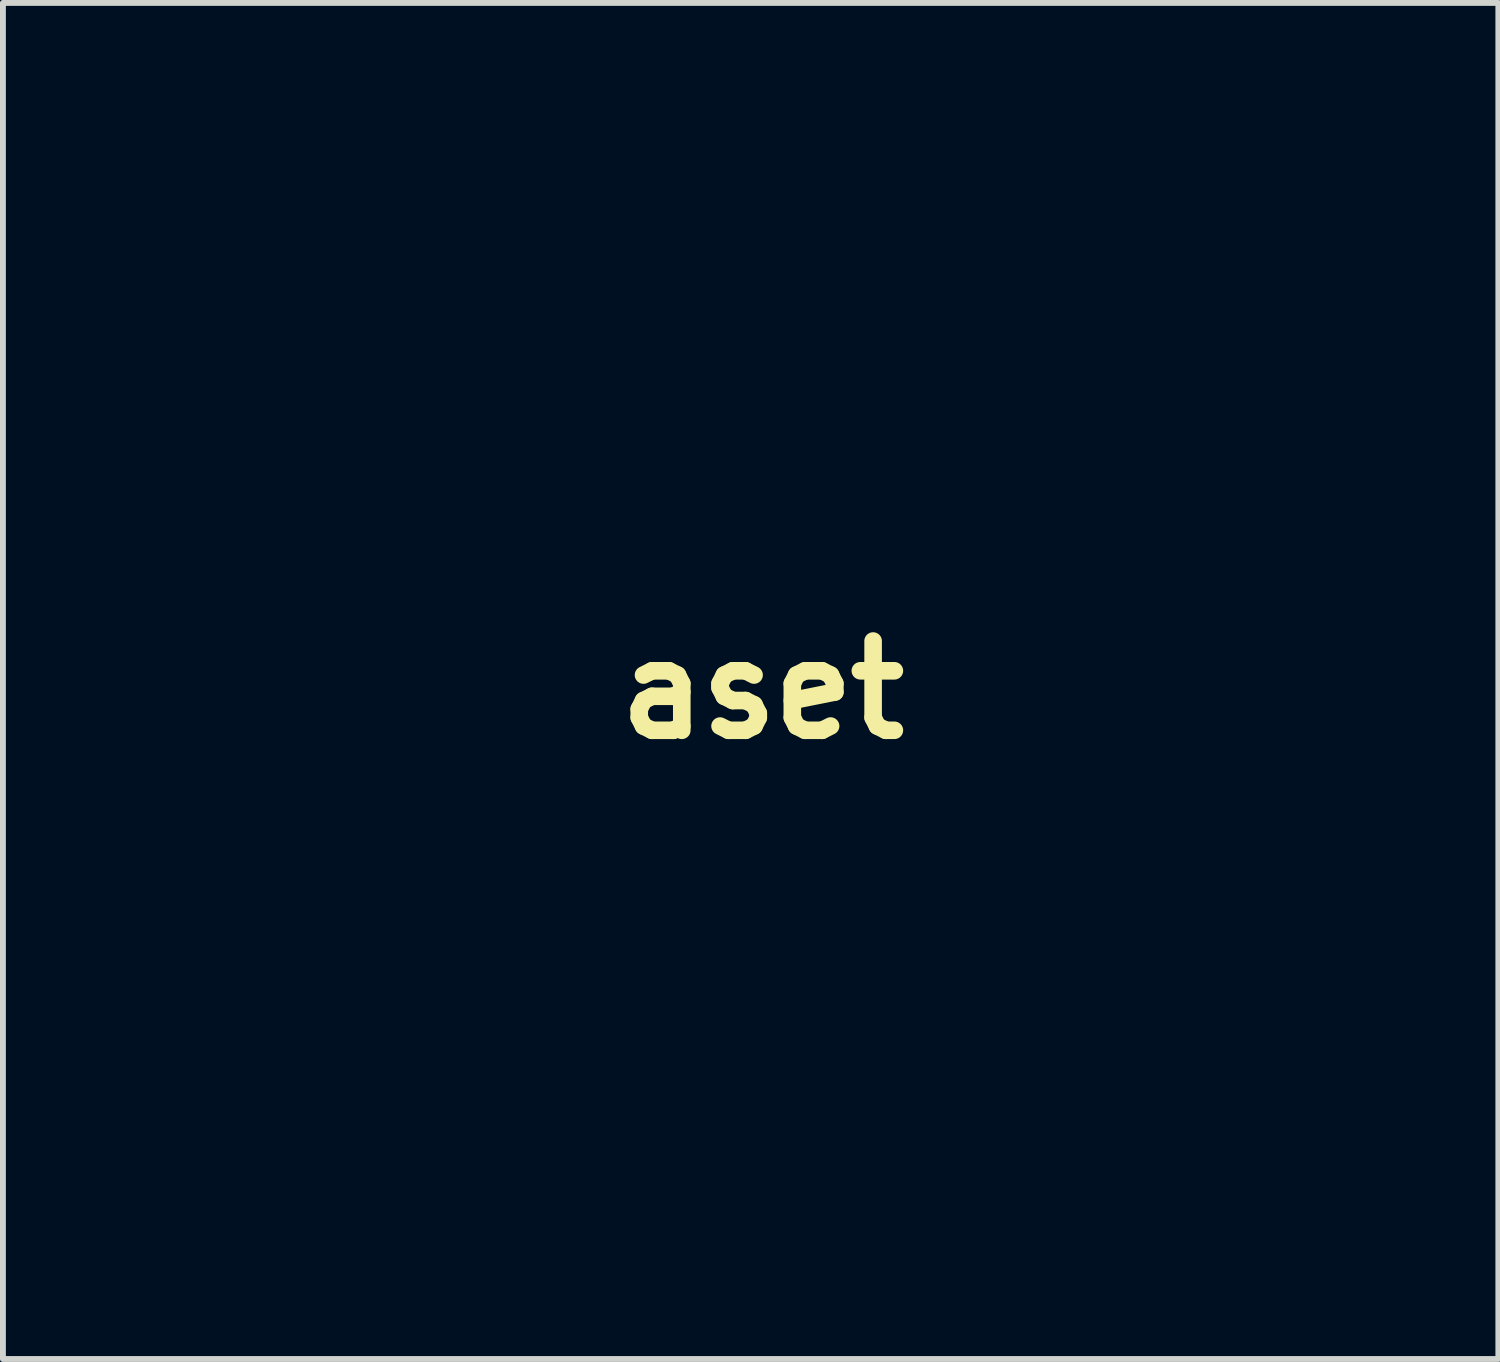
<source format=kicad_pcb>
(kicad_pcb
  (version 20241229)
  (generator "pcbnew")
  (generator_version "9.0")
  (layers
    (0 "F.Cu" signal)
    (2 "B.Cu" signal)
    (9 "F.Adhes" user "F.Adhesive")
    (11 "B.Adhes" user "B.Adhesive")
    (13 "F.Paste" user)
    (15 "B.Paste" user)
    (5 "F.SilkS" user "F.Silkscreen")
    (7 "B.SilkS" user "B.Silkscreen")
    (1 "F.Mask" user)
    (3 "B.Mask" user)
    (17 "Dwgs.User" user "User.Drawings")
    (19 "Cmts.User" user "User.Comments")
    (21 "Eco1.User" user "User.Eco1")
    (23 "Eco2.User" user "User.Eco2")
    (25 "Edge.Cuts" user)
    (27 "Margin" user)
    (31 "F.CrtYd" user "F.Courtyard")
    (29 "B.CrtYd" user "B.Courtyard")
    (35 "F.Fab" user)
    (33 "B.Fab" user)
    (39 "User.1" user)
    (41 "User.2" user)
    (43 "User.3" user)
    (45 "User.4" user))
  (footprint "aset"
    (layer "F.Cu")
    (at 9.966 8.726)
    (property "Reference" "aset" (at 0 0 0) (layer "F.SilkS") (effects (font (size 1.524 1.524) (thickness 0.3))))
    (attr through_hole)
    (fp_poly (pts (xy -3.628 -5.093) (xy -3.589 -5.059) (xy -3.548 -5.004) (xy -3.509 -4.931) (xy -3.479 -4.864) (xy -3.446 -4.771) (xy -3.412 -4.657) (xy -3.376 -4.525) (xy -3.341 -4.38) (xy -3.307 -4.224) (xy -3.275 -4.062) (xy -3.25 -3.918) (xy -3.239 -3.859) (xy -3.226 -3.79) (xy -3.214 -3.728) (xy -3.194 -3.628) (xy -3.067 -3.605) (xy -3.006 -3.594) (xy -2.947 -3.583) (xy -2.9 -3.573) (xy -2.883 -3.57) (xy -2.832 -3.56) (xy -2.777 -3.551) (xy -2.766 -3.55) (xy -2.707 -3.542) (xy -2.638 -3.66) (xy -2.599 -3.728) (xy -2.556 -3.802) (xy -2.511 -3.88) (xy -2.467 -3.956) (xy -2.427 -4.025) (xy -2.393 -4.082) (xy -2.369 -4.124) (xy -2.365 -4.13) (xy -2.326 -4.194) (xy -2.276 -4.268) (xy -2.22 -4.347) (xy -2.162 -4.427) (xy -2.104 -4.503) (xy -2.051 -4.568) (xy -2.006 -4.62) (xy -1.993 -4.633) (xy -1.925 -4.693) (xy -1.86 -4.732) (xy -1.801 -4.75) (xy -1.749 -4.747) (xy -1.707 -4.722) (xy -1.699 -4.714) (xy -1.679 -4.686) (xy -1.661 -4.652) (xy -1.645 -4.611) (xy -1.632 -4.56) (xy -1.62 -4.498) (xy -1.609 -4.424) (xy -1.6 -4.337) (xy -1.593 -4.233) (xy -1.586 -4.112) (xy -1.581 -3.973) (xy -1.576 -3.813) (xy -1.573 -3.631) (xy -1.569 -3.425) (xy -1.569 -3.401) (xy -1.567 -3.263) (xy -1.564 -3.148) (xy -1.562 -3.052) (xy -1.558 -2.975) (xy -1.553 -2.912) (xy -1.547 -2.861) (xy -1.538 -2.82) (xy -1.528 -2.786) (xy -1.515 -2.757) (xy -1.499 -2.729) (xy -1.485 -2.707) (xy -1.443 -2.636) (xy -1.399 -2.551) (xy -1.359 -2.462) (xy -1.328 -2.381) (xy -1.32 -2.355) (xy -1.31 -2.318) (xy -1.303 -2.277) (xy -1.297 -2.229) (xy -1.293 -2.167) (xy -1.289 -2.088) (xy -1.287 -2.005) (xy -1.284 -1.925) (xy -1.281 -1.853) (xy -1.277 -1.794) (xy -1.273 -1.75) (xy -1.27 -1.728) (xy -1.269 -1.726) (xy -1.261 -1.718) (xy -1.246 -1.717) (xy -1.222 -1.723) (xy -1.185 -1.736) (xy -1.133 -1.759) (xy -1.063 -1.791) (xy -1.031 -1.806) (xy -0.968 -1.836) (xy -0.904 -1.865) (xy -0.849 -1.891) (xy -0.819 -1.905) (xy -0.772 -1.927) (xy -0.713 -1.955) (xy -0.651 -1.984) (xy -0.629 -1.994) (xy -0.569 -2.022) (xy -0.507 -2.051) (xy -0.454 -2.075) (xy -0.438 -2.083) (xy -0.391 -2.105) (xy -0.332 -2.132) (xy -0.27 -2.161) (xy -0.248 -2.172) (xy -0.154 -2.216) (xy -0.066 -2.256) (xy 0.011 -2.292) (xy 0.076 -2.321) (xy 0.127 -2.344) (xy 0.159 -2.358) (xy 0.171 -2.362) (xy 0.184 -2.367) (xy 0.214 -2.38) (xy 0.256 -2.399) (xy 0.272 -2.407) (xy 0.317 -2.427) (xy 0.352 -2.442) (xy 0.372 -2.451) (xy 0.374 -2.451) (xy 0.388 -2.456) (xy 0.418 -2.469) (xy 0.454 -2.484) (xy 0.49 -2.501) (xy 0.52 -2.514) (xy 0.548 -2.526) (xy 0.58 -2.539) (xy 0.62 -2.554) (xy 0.673 -2.575) (xy 0.745 -2.603) (xy 0.749 -2.605) (xy 0.843 -2.64) (xy 0.916 -2.668) (xy 0.974 -2.689) (xy 1.019 -2.703) (xy 1.055 -2.713) (xy 1.087 -2.719) (xy 1.118 -2.721) (xy 1.152 -2.722) (xy 1.175 -2.722) (xy 1.261 -2.716) (xy 1.34 -2.699) (xy 1.421 -2.667) (xy 1.458 -2.649) (xy 1.562 -2.586) (xy 1.672 -2.498) (xy 1.786 -2.389) (xy 1.903 -2.258) (xy 2.023 -2.108) (xy 2.143 -1.939) (xy 2.263 -1.753) (xy 2.352 -1.603) (xy 2.38 -1.552) (xy 2.417 -1.484) (xy 2.459 -1.404) (xy 2.506 -1.314) (xy 2.554 -1.22) (xy 2.603 -1.125) (xy 2.648 -1.034) (xy 2.689 -0.952) (xy 2.723 -0.882) (xy 2.749 -0.828) (xy 2.755 -0.813) (xy 2.785 -0.747) (xy 2.823 -0.66) (xy 2.873 -0.551) (xy 2.897 -0.498) (xy 2.914 -0.458) (xy 2.936 -0.406) (xy 2.958 -0.351) (xy 2.96 -0.345) (xy 2.986 -0.279) (xy 3.006 -0.229) (xy 3.024 -0.187) (xy 3.034 -0.165) (xy 3.048 -0.13) (xy 3.062 -0.089) (xy 3.074 -0.048) (xy 3.083 -0.014) (xy 3.085 0.005) (xy 3.084 0.006) (xy 3.071 0.003) (xy 3.039 -0.009) (xy 2.991 -0.03) (xy 2.93 -0.057) (xy 2.862 -0.09) (xy 2.85 -0.095) (xy 2.778 -0.13) (xy 2.714 -0.16) (xy 2.659 -0.186) (xy 2.62 -0.205) (xy 2.598 -0.214) (xy 2.597 -0.215) (xy 2.565 -0.228) (xy 2.54 -0.239) (xy 2.455 -0.272) (xy 2.355 -0.307) (xy 2.25 -0.341) (xy 2.149 -0.37) (xy 2.115 -0.379) (xy 2.026 -0.4) (xy 1.953 -0.415) (xy 1.891 -0.425) (xy 1.829 -0.431) (xy 1.762 -0.433) (xy 1.725 -0.433) (xy 1.65 -0.432) (xy 1.592 -0.427) (xy 1.542 -0.418) (xy 1.499 -0.406) (xy 1.367 -0.354) (xy 1.252 -0.292) (xy 1.148 -0.213) (xy 1.076 -0.145) (xy 0.989 -0.042) (xy 0.926 0.07) (xy 0.887 0.183) (xy 0.87 0.239) (xy 0.853 0.272) (xy 0.836 0.284) (xy 0.816 0.277) (xy 0.813 0.274) (xy 0.796 0.26) (xy 0.764 0.233) (xy 0.723 0.197) (xy 0.686 0.165) (xy 0.565 0.068) (xy 0.45 -0.011) (xy 0.334 -0.075) (xy 0.212 -0.127) (xy 0.077 -0.17) (xy 0.044 -0.179) (xy -0.005 -0.188) (xy -0.07 -0.193) (xy -0.145 -0.196) (xy -0.22 -0.195) (xy -0.29 -0.192) (xy -0.346 -0.185) (xy -0.368 -0.179) (xy -0.494 -0.128) (xy -0.616 -0.054) (xy -0.736 0.046) (xy -0.796 0.107) (xy -0.883 0.206) (xy -0.959 0.31) (xy -1.026 0.425) (xy -1.091 0.556) (xy -1.113 0.606) (xy -1.128 0.634) (xy -1.14 0.647) (xy -1.142 0.648) (xy -1.155 0.638) (xy -1.174 0.613) (xy -1.182 0.6) (xy -1.206 0.559) (xy -1.233 0.511) (xy -1.242 0.495) (xy -1.275 0.44) (xy -1.32 0.372) (xy -1.37 0.299) (xy -1.421 0.228) (xy -1.467 0.167) (xy -1.482 0.149) (xy -1.536 0.091) (xy -1.601 0.03) (xy -1.673 -0.03) (xy -1.743 -0.082) (xy -1.806 -0.122) (xy -1.824 -0.132) (xy -1.933 -0.181) (xy -2.029 -0.213) (xy -2.118 -0.227) (xy -2.204 -0.225) (xy -2.294 -0.205) (xy -2.393 -0.169) (xy -2.439 -0.149) (xy -2.491 -0.126) (xy -2.546 -0.101) (xy -2.572 -0.089) (xy -2.618 -0.068) (xy -2.674 -0.043) (xy -2.718 -0.023) (xy -2.763 -0.003) (xy -2.802 0.015) (xy -2.826 0.025) (xy -2.916 0.055) (xy -3.024 0.077) (xy -3.144 0.09) (xy -3.27 0.095) (xy -3.397 0.091) (xy -3.519 0.079) (xy -3.63 0.058) (xy -3.723 0.028) (xy -3.727 0.026) (xy -3.8 -0.006) (xy -3.881 -0.046) (xy -3.962 -0.089) (xy -4.033 -0.13) (xy -4.07 -0.153) (xy -4.125 -0.192) (xy -4.179 -0.235) (xy -4.235 -0.287) (xy -4.295 -0.35) (xy -4.364 -0.427) (xy -4.444 -0.521) (xy -4.49 -0.576) (xy -4.533 -0.626) (xy -4.568 -0.666) (xy -4.592 -0.694) (xy -4.601 -0.702) (xy -4.613 -0.71) (xy -4.632 -0.716) (xy -4.66 -0.72) (xy -4.702 -0.722) (xy -4.762 -0.723) (xy -4.824 -0.723) (xy -4.934 -0.721) (xy -5.049 -0.716) (xy -5.163 -0.708) (xy -5.272 -0.698) (xy -5.371 -0.686) (xy -5.454 -0.673) (xy -5.512 -0.66) (xy -5.614 -0.632) (xy -5.702 -0.604) (xy -5.784 -0.574) (xy -5.869 -0.538) (xy -5.966 -0.494) (xy -5.977 -0.489) (xy -6.031 -0.464) (xy -6.08 -0.443) (xy -6.118 -0.428) (xy -6.134 -0.424) (xy -6.15 -0.421) (xy -6.161 -0.425) (xy -6.17 -0.44) (xy -6.178 -0.47) (xy -6.188 -0.52) (xy -6.19 -0.529) (xy -6.216 -0.66) (xy -6.24 -0.769) (xy -6.261 -0.86) (xy -6.281 -0.935) (xy -6.301 -0.998) (xy -6.322 -1.052) (xy -6.346 -1.1) (xy -6.372 -1.146) (xy -6.403 -1.193) (xy -6.408 -1.2) (xy -6.45 -1.256) (xy -6.503 -1.317) (xy -6.561 -1.378) (xy -6.62 -1.435) (xy -6.675 -1.484) (xy -6.722 -1.52) (xy -6.744 -1.533) (xy -6.796 -1.557) (xy -6.844 -1.575) (xy -6.895 -1.587) (xy -6.952 -1.594) (xy -7.02 -1.598) (xy -7.105 -1.598) (xy -7.193 -1.596) (xy -7.315 -1.591) (xy -7.417 -1.582) (xy -7.507 -1.569) (xy -7.591 -1.55) (xy -7.676 -1.523) (xy -7.768 -1.488) (xy -7.808 -1.471) (xy -7.861 -1.452) (xy -7.897 -1.448) (xy -7.919 -1.46) (xy -7.93 -1.487) (xy -7.934 -1.523) (xy -7.937 -1.57) (xy -7.938 -1.603) (xy -7.948 -1.71) (xy -7.977 -1.824) (xy -8.024 -1.94) (xy -8.085 -2.05) (xy -8.134 -2.119) (xy -8.238 -2.236) (xy -8.354 -2.331) (xy -8.481 -2.402) (xy -8.621 -2.453) (xy -8.725 -2.475) (xy -8.953 -2.502) (xy -9.199 -2.513) (xy -9.462 -2.508) (xy -9.739 -2.488) (xy -9.911 -2.467) (xy -9.961 -2.461) (xy -9.913 -2.529) (xy -9.872 -2.58) (xy -9.814 -2.647) (xy -9.741 -2.727) (xy -9.654 -2.818) (xy -9.555 -2.918) (xy -9.447 -3.026) (xy -9.329 -3.141) (xy -9.206 -3.259) (xy -9.078 -3.38) (xy -8.946 -3.501) (xy -8.814 -3.621) (xy -8.814 -3.621) (xy -8.599 -3.805) (xy -8.389 -3.965) (xy -8.182 -4.103) (xy -7.977 -4.219) (xy -7.908 -4.254) (xy -7.778 -4.314) (xy -7.664 -4.359) (xy -7.562 -4.391) (xy -7.469 -4.411) (xy -7.381 -4.419) (xy -7.36 -4.419) (xy -7.306 -4.418) (xy -7.263 -4.41) (xy -7.22 -4.393) (xy -7.191 -4.379) (xy -7.143 -4.351) (xy -7.089 -4.314) (xy -7.026 -4.267) (xy -6.954 -4.207) (xy -6.869 -4.134) (xy -6.772 -4.046) (xy -6.66 -3.943) (xy -6.567 -3.855) (xy -6.523 -3.813) (xy -6.485 -3.778) (xy -6.457 -3.752) (xy -6.444 -3.74) (xy -6.433 -3.729) (xy -6.405 -3.702) (xy -6.362 -3.66) (xy -6.307 -3.606) (xy -6.241 -3.541) (xy -6.166 -3.467) (xy -6.083 -3.385) (xy -5.995 -3.298) (xy -5.98 -3.283) (xy -5.832 -3.137) (xy -5.7 -3.007) (xy -5.585 -2.894) (xy -5.484 -2.797) (xy -5.397 -2.714) (xy -5.324 -2.645) (xy -5.262 -2.588) (xy -5.212 -2.543) (xy -5.171 -2.509) (xy -5.14 -2.485) (xy -5.117 -2.471) (xy -5.102 -2.464) (xy -5.098 -2.464) (xy -5.085 -2.475) (xy -5.074 -2.502) (xy -5.074 -2.505) (xy -5.039 -2.623) (xy -4.984 -2.749) (xy -4.909 -2.878) (xy -4.818 -3.009) (xy -4.712 -3.137) (xy -4.677 -3.175) (xy -4.632 -3.223) (xy -4.592 -3.267) (xy -4.561 -3.303) (xy -4.543 -3.326) (xy -4.543 -3.326) (xy -4.507 -3.385) (xy -4.47 -3.46) (xy -4.43 -3.555) (xy -4.387 -3.67) (xy -4.348 -3.785) (xy -4.335 -3.823) (xy -4.316 -3.875) (xy -4.295 -3.934) (xy -4.286 -3.956) (xy -4.263 -4.021) (xy -4.237 -4.091) (xy -4.215 -4.153) (xy -4.21 -4.166) (xy -4.19 -4.222) (xy -4.175 -4.263) (xy -4.161 -4.298) (xy -4.146 -4.333) (xy -4.135 -4.358) (xy -4.122 -4.389) (xy -4.115 -4.409) (xy -4.115 -4.412) (xy -4.11 -4.426) (xy -4.097 -4.457) (xy -4.079 -4.498) (xy -4.077 -4.502) (xy -4.058 -4.544) (xy -4.044 -4.576) (xy -4.039 -4.593) (xy -4.039 -4.593) (xy -4.033 -4.613) (xy -4.016 -4.65) (xy -3.991 -4.699) (xy -3.961 -4.757) (xy -3.927 -4.819) (xy -3.893 -4.88) (xy -3.86 -4.936) (xy -3.832 -4.982) (xy -3.81 -5.014) (xy -3.807 -5.018) (xy -3.779 -5.045) (xy -3.741 -5.072) (xy -3.701 -5.094) (xy -3.67 -5.105) (xy -3.664 -5.105) (xy -3.628 -5.093)) (stroke (width 0.01) (type solid)) (fill yes) (layer "F.Mask"))
    (fp_poly (pts (xy 2.429 -8.721) (xy 2.448 -8.719) (xy 2.495 -8.712) (xy 2.556 -8.701) (xy 2.619 -8.688) (xy 2.635 -8.684) (xy 2.692 -8.671) (xy 2.745 -8.66) (xy 2.784 -8.651) (xy 2.794 -8.648) (xy 2.888 -8.626) (xy 2.999 -8.598) (xy 3.121 -8.566) (xy 3.247 -8.531) (xy 3.258 -8.528) (xy 3.314 -8.512) (xy 3.366 -8.498) (xy 3.406 -8.487) (xy 3.416 -8.484) (xy 3.541 -8.448) (xy 3.683 -8.402) (xy 3.836 -8.35) (xy 3.994 -8.294) (xy 4.151 -8.234) (xy 4.301 -8.175) (xy 4.438 -8.117) (xy 4.54 -8.071) (xy 4.937 -7.875) (xy 5.314 -7.665) (xy 5.676 -7.438) (xy 6.024 -7.194) (xy 6.362 -6.93) (xy 6.691 -6.644) (xy 7.015 -6.335) (xy 7.017 -6.334) (xy 7.086 -6.264) (xy 7.152 -6.197) (xy 7.212 -6.136) (xy 7.263 -6.083) (xy 7.302 -6.042) (xy 7.326 -6.015) (xy 7.326 -6.015) (xy 7.364 -5.971) (xy 7.404 -5.926) (xy 7.429 -5.899) (xy 7.479 -5.842) (xy 7.541 -5.769) (xy 7.611 -5.684) (xy 7.685 -5.593) (xy 7.759 -5.498) (xy 7.83 -5.406) (xy 7.861 -5.366) (xy 8.123 -4.998) (xy 8.365 -4.617) (xy 8.587 -4.221) (xy 8.688 -4.026) (xy 8.727 -3.946) (xy 8.764 -3.871) (xy 8.796 -3.803) (xy 8.822 -3.747) (xy 8.841 -3.705) (xy 8.851 -3.681) (xy 8.852 -3.677) (xy 8.857 -3.663) (xy 8.869 -3.633) (xy 8.885 -3.598) (xy 8.908 -3.546) (xy 8.925 -3.508) (xy 8.94 -3.473) (xy 8.956 -3.434) (xy 8.976 -3.381) (xy 8.98 -3.372) (xy 9 -3.319) (xy 9.025 -3.254) (xy 9.051 -3.181) (xy 9.078 -3.106) (xy 9.104 -3.033) (xy 9.127 -2.968) (xy 9.145 -2.915) (xy 9.155 -2.881) (xy 9.157 -2.877) (xy 9.165 -2.847) (xy 9.179 -2.801) (xy 9.196 -2.748) (xy 9.201 -2.731) (xy 9.226 -2.652) (xy 9.244 -2.59) (xy 9.259 -2.536) (xy 9.271 -2.489) (xy 9.281 -2.451) (xy 9.294 -2.402) (xy 9.302 -2.375) (xy 9.317 -2.321) (xy 9.331 -2.265) (xy 9.336 -2.242) (xy 9.346 -2.194) (xy 9.356 -2.148) (xy 9.36 -2.134) (xy 9.384 -2.023) (xy 9.405 -1.919) (xy 9.423 -1.827) (xy 9.436 -1.754) (xy 9.436 -1.753) (xy 9.445 -1.695) (xy 9.455 -1.637) (xy 9.463 -1.594) (xy 9.484 -1.458) (xy 9.502 -1.3) (xy 9.518 -1.124) (xy 9.532 -0.932) (xy 9.542 -0.728) (xy 9.549 -0.515) (xy 9.553 -0.297) (xy 9.553 -0.184) (xy 9.55 0.141) (xy 9.538 0.446) (xy 9.517 0.732) (xy 9.488 1.005) (xy 9.455 1.238) (xy 9.445 1.302) (xy 9.435 1.365) (xy 9.427 1.417) (xy 9.424 1.435) (xy 9.416 1.475) (xy 9.405 1.533) (xy 9.392 1.599) (xy 9.378 1.664) (xy 9.364 1.728) (xy 9.352 1.788) (xy 9.341 1.836) (xy 9.335 1.866) (xy 9.335 1.867) (xy 9.303 2.004) (xy 9.261 2.159) (xy 9.211 2.327) (xy 9.154 2.504) (xy 9.091 2.685) (xy 9.026 2.866) (xy 8.958 3.042) (xy 8.89 3.207) (xy 8.843 3.314) (xy 8.818 3.369) (xy 8.785 3.438) (xy 8.747 3.516) (xy 8.706 3.599) (xy 8.665 3.682) (xy 8.626 3.761) (xy 8.59 3.831) (xy 8.561 3.887) (xy 8.54 3.924) (xy 8.54 3.924) (xy 8.511 3.975) (xy 8.482 4.026) (xy 8.461 4.064) (xy 8.325 4.294) (xy 8.171 4.532) (xy 8.003 4.774) (xy 7.824 5.015) (xy 7.638 5.25) (xy 7.448 5.474) (xy 7.386 5.544) (xy 7.332 5.602) (xy 7.264 5.673) (xy 7.186 5.754) (xy 7.101 5.84) (xy 7.015 5.928) (xy 6.93 6.012) (xy 6.851 6.089) (xy 6.782 6.155) (xy 6.738 6.197) (xy 6.618 6.304) (xy 6.481 6.42) (xy 6.333 6.54) (xy 6.18 6.661) (xy 6.027 6.778) (xy 5.879 6.886) (xy 5.835 6.918) (xy 5.792 6.947) (xy 5.738 6.984) (xy 5.676 7.025) (xy 5.608 7.069) (xy 5.539 7.114) (xy 5.471 7.158) (xy 5.408 7.198) (xy 5.354 7.232) (xy 5.312 7.257) (xy 5.285 7.273) (xy 5.276 7.277) (xy 5.263 7.283) (xy 5.236 7.299) (xy 5.218 7.31) (xy 5.142 7.355) (xy 5.048 7.409) (xy 4.941 7.467) (xy 4.824 7.527) (xy 4.718 7.581) (xy 4.646 7.616) (xy 4.574 7.651) (xy 4.505 7.684) (xy 4.443 7.713) (xy 4.392 7.736) (xy 4.355 7.752) (xy 4.337 7.76) (xy 4.336 7.76) (xy 4.322 7.765) (xy 4.293 7.777) (xy 4.277 7.784) (xy 4.181 7.826) (xy 4.066 7.871) (xy 3.937 7.92) (xy 3.8 7.969) (xy 3.661 8.017) (xy 3.524 8.062) (xy 3.394 8.102) (xy 3.302 8.128) (xy 3.089 8.185) (xy 2.894 8.233) (xy 2.712 8.273) (xy 2.536 8.307) (xy 2.363 8.335) (xy 2.356 8.336) (xy 2.311 8.343) (xy 2.267 8.349) (xy 2.219 8.355) (xy 2.165 8.361) (xy 2.1 8.369) (xy 2.02 8.377) (xy 1.921 8.387) (xy 1.841 8.396) (xy 1.805 8.398) (xy 1.745 8.401) (xy 1.667 8.403) (xy 1.572 8.405) (xy 1.464 8.407) (xy 1.347 8.409) (xy 1.222 8.411) (xy 1.093 8.413) (xy 0.963 8.414) (xy 0.835 8.415) (xy 0.712 8.415) (xy 0.598 8.415) (xy 0.495 8.415) (xy 0.407 8.414) (xy 0.336 8.413) (xy 0.311 8.413) (xy 0.185 8.407) (xy 0.042 8.397) (xy -0.111 8.383) (xy -0.267 8.367) (xy -0.42 8.349) (xy -0.562 8.329) (xy -0.686 8.309) (xy -0.705 8.306) (xy -0.789 8.29) (xy -0.883 8.271) (xy -0.981 8.25) (xy -1.08 8.229) (xy -1.174 8.207) (xy -1.258 8.187) (xy -1.328 8.17) (xy -1.378 8.156) (xy -1.384 8.154) (xy -1.416 8.144) (xy -1.459 8.132) (xy -1.473 8.128) (xy -1.516 8.116) (xy -1.553 8.105) (xy -1.562 8.102) (xy -1.591 8.093) (xy -1.635 8.08) (xy -1.67 8.07) (xy -1.799 8.031) (xy -1.938 7.984) (xy -2.078 7.934) (xy -2.127 7.916) (xy -2.177 7.897) (xy -2.211 7.883) (xy -2.237 7.873) (xy -2.264 7.861) (xy -2.275 7.856) (xy -2.306 7.843) (xy -2.327 7.836) (xy -2.329 7.836) (xy -2.345 7.831) (xy -2.374 7.819) (xy -2.391 7.812) (xy -2.434 7.793) (xy -2.486 7.77) (xy -2.515 7.758) (xy -2.597 7.721) (xy -2.696 7.674) (xy -2.807 7.619) (xy -2.926 7.558) (xy -3.048 7.495) (xy -3.168 7.43) (xy -3.282 7.368) (xy -3.385 7.31) (xy -3.472 7.258) (xy -3.513 7.232) (xy -3.55 7.209) (xy -3.577 7.194) (xy -3.588 7.188) (xy -3.602 7.181) (xy -3.632 7.162) (xy -3.678 7.132) (xy -3.735 7.094) (xy -3.801 7.05) (xy -3.872 7.002) (xy -3.945 6.952) (xy -4.017 6.902) (xy -4.077 6.86) (xy -4.143 6.813) (xy -4.218 6.757) (xy -4.298 6.698) (xy -4.379 6.637) (xy -4.455 6.578) (xy -4.525 6.524) (xy -4.582 6.477) (xy -4.624 6.443) (xy -4.629 6.438) (xy -4.653 6.418) (xy -4.691 6.385) (xy -4.739 6.344) (xy -4.792 6.299) (xy -4.807 6.286) (xy -4.87 6.231) (xy -4.947 6.159) (xy -5.035 6.076) (xy -5.131 5.982) (xy -5.23 5.883) (xy -5.331 5.781) (xy -5.43 5.679) (xy -5.524 5.58) (xy -5.609 5.488) (xy -5.683 5.406) (xy -5.735 5.347) (xy -5.932 5.106) (xy -6.109 4.874) (xy -6.267 4.647) (xy -6.335 4.544) (xy -6.567 4.159) (xy -6.781 3.758) (xy -6.978 3.34) (xy -7.082 3.092) (xy -7.116 3.009) (xy -7.142 2.945) (xy -7.161 2.899) (xy -7.174 2.866) (xy -7.184 2.844) (xy -7.19 2.828) (xy -7.195 2.817) (xy -7.199 2.806) (xy -7.201 2.804) (xy -7.223 2.748) (xy -7.252 2.674) (xy -7.283 2.589) (xy -7.315 2.499) (xy -7.345 2.411) (xy -7.361 2.362) (xy -7.381 2.295) (xy -7.39 2.251) (xy -7.389 2.228) (xy -7.379 2.225) (xy -7.367 2.234) (xy -7.34 2.26) (xy -7.299 2.298) (xy -7.247 2.348) (xy -7.187 2.406) (xy -7.121 2.471) (xy -7.109 2.483) (xy -7 2.59) (xy -6.907 2.681) (xy -6.827 2.758) (xy -6.757 2.825) (xy -6.696 2.882) (xy -6.64 2.933) (xy -6.588 2.98) (xy -6.553 3.01) (xy -6.51 3.048) (xy -6.47 3.082) (xy -6.442 3.108) (xy -6.433 3.116) (xy -6.412 3.133) (xy -6.375 3.163) (xy -6.327 3.201) (xy -6.27 3.245) (xy -6.211 3.291) (xy -6.152 3.337) (xy -6.098 3.378) (xy -6.054 3.411) (xy -6.029 3.429) (xy -5.988 3.459) (xy -5.951 3.487) (xy -5.933 3.5) (xy -5.912 3.515) (xy -5.873 3.541) (xy -5.821 3.575) (xy -5.759 3.615) (xy -5.692 3.658) (xy -5.69 3.66) (xy -5.61 3.71) (xy -5.547 3.749) (xy -5.495 3.782) (xy -5.448 3.81) (xy -5.401 3.838) (xy -5.348 3.868) (xy -5.315 3.887) (xy -5.247 3.923) (xy -5.162 3.967) (xy -5.067 4.014) (xy -4.967 4.062) (xy -4.87 4.108) (xy -4.781 4.148) (xy -4.724 4.172) (xy -4.676 4.192) (xy -4.632 4.21) (xy -4.604 4.222) (xy -4.491 4.268) (xy -4.363 4.315) (xy -4.214 4.365) (xy -4.204 4.368) (xy -4.104 4.4) (xy -4.009 4.429) (xy -3.925 4.454) (xy -3.856 4.473) (xy -3.81 4.484) (xy -3.777 4.491) (xy -3.728 4.503) (xy -3.673 4.517) (xy -3.658 4.52) (xy -3.572 4.542) (xy -3.505 4.558) (xy -3.451 4.569) (xy -3.405 4.578) (xy -3.404 4.578) (xy -3.372 4.584) (xy -3.324 4.592) (xy -3.265 4.602) (xy -3.226 4.609) (xy -3.176 4.618) (xy -3.129 4.625) (xy -3.08 4.633) (xy -3.026 4.641) (xy -2.96 4.649) (xy -2.878 4.66) (xy -2.777 4.672) (xy -2.769 4.673) (xy -2.723 4.678) (xy -2.658 4.684) (xy -2.578 4.691) (xy -2.491 4.698) (xy -2.4 4.704) (xy -2.376 4.706) (xy -1.982 4.722) (xy -1.587 4.72) (xy -1.195 4.7) (xy -0.807 4.661) (xy -0.428 4.605) (xy -0.06 4.532) (xy 0.294 4.442) (xy 0.546 4.365) (xy 0.667 4.324) (xy 0.766 4.289) (xy 0.845 4.261) (xy 0.906 4.237) (xy 0.921 4.23) (xy 0.949 4.218) (xy 0.986 4.201) (xy 0.993 4.199) (xy 1.024 4.186) (xy 1.044 4.179) (xy 1.046 4.178) (xy 1.058 4.175) (xy 1.086 4.163) (xy 1.131 4.143) (xy 1.196 4.114) (xy 1.27 4.081) (xy 1.327 4.054) (xy 1.398 4.019) (xy 1.478 3.979) (xy 1.559 3.938) (xy 1.634 3.898) (xy 1.699 3.864) (xy 1.74 3.841) (xy 1.79 3.813) (xy 1.841 3.784) (xy 1.879 3.762) (xy 1.924 3.736) (xy 1.981 3.7) (xy 2.048 3.658) (xy 2.12 3.611) (xy 2.195 3.562) (xy 2.27 3.513) (xy 2.34 3.465) (xy 2.403 3.423) (xy 2.455 3.386) (xy 2.493 3.358) (xy 2.513 3.342) (xy 2.515 3.34) (xy 2.528 3.329) (xy 2.557 3.305) (xy 2.599 3.273) (xy 2.65 3.235) (xy 2.705 3.194) (xy 2.719 3.183) (xy 2.735 3.17) (xy 2.757 3.153) (xy 2.787 3.128) (xy 2.827 3.094) (xy 2.882 3.047) (xy 2.929 3.008) (xy 3.217 2.75) (xy 3.496 2.473) (xy 3.762 2.181) (xy 4.015 1.877) (xy 4.25 1.563) (xy 4.467 1.242) (xy 4.663 0.916) (xy 4.836 0.591) (xy 4.862 0.536) (xy 4.89 0.478) (xy 4.916 0.423) (xy 4.939 0.373) (xy 4.956 0.335) (xy 4.965 0.314) (xy 4.966 0.311) (xy 4.971 0.297) (xy 4.983 0.268) (xy 4.996 0.239) (xy 5.015 0.194) (xy 5.039 0.137) (xy 5.062 0.077) (xy 5.067 0.064) (xy 5.086 0.011) (xy 5.104 -0.035) (xy 5.117 -0.069) (xy 5.12 -0.076) (xy 5.132 -0.107) (xy 5.149 -0.156) (xy 5.169 -0.218) (xy 5.192 -0.287) (xy 5.214 -0.357) (xy 5.235 -0.423) (xy 5.252 -0.479) (xy 5.258 -0.502) (xy 5.273 -0.556) (xy 5.29 -0.62) (xy 5.308 -0.687) (xy 5.324 -0.75) (xy 5.338 -0.804) (xy 5.347 -0.841) (xy 5.348 -0.845) (xy 5.356 -0.884) (xy 5.368 -0.936) (xy 5.379 -0.984) (xy 5.411 -1.136) (xy 5.434 -1.268) (xy 5.435 -1.276) (xy 5.464 -1.468) (xy 5.487 -1.64) (xy 5.506 -1.795) (xy 5.522 -1.938) (xy 5.533 -2.073) (xy 5.541 -2.205) (xy 5.547 -2.338) (xy 5.549 -2.475) (xy 5.55 -2.597) (xy 5.548 -2.792) (xy 5.542 -2.973) (xy 5.532 -3.147) (xy 5.517 -3.323) (xy 5.496 -3.51) (xy 5.479 -3.645) (xy 5.468 -3.721) (xy 5.459 -3.786) (xy 5.448 -3.85) (xy 5.436 -3.921) (xy 5.422 -3.994) (xy 5.348 -4.343) (xy 5.253 -4.696) (xy 5.142 -5.046) (xy 5.015 -5.386) (xy 4.895 -5.664) (xy 4.861 -5.735) (xy 4.822 -5.816) (xy 4.78 -5.901) (xy 4.736 -5.987) (xy 4.693 -6.07) (xy 4.653 -6.146) (xy 4.617 -6.21) (xy 4.589 -6.26) (xy 4.571 -6.288) (xy 4.554 -6.314) (xy 4.547 -6.329) (xy 4.547 -6.33) (xy 4.54 -6.345) (xy 4.521 -6.377) (xy 4.491 -6.425) (xy 4.454 -6.486) (xy 4.409 -6.555) (xy 4.36 -6.631) (xy 4.314 -6.699) (xy 4.178 -6.897) (xy 4.029 -7.096) (xy 3.863 -7.304) (xy 3.854 -7.314) (xy 3.667 -7.531) (xy 3.459 -7.752) (xy 3.235 -7.973) (xy 2.999 -8.189) (xy 2.756 -8.397) (xy 2.508 -8.594) (xy 2.461 -8.63) (xy 2.411 -8.669) (xy 2.383 -8.696) (xy 2.377 -8.714) (xy 2.393 -8.721) (xy 2.429 -8.721)) (stroke (width 0.01) (type solid)) (fill yes) (layer "F.Mask")))
  (gr_rect
    (start -3 -3)
    (end 22.525 20.147)
    (stroke (width 0.1) (type default))
    (fill no)
    (layer "Edge.Cuts")))
</source>
